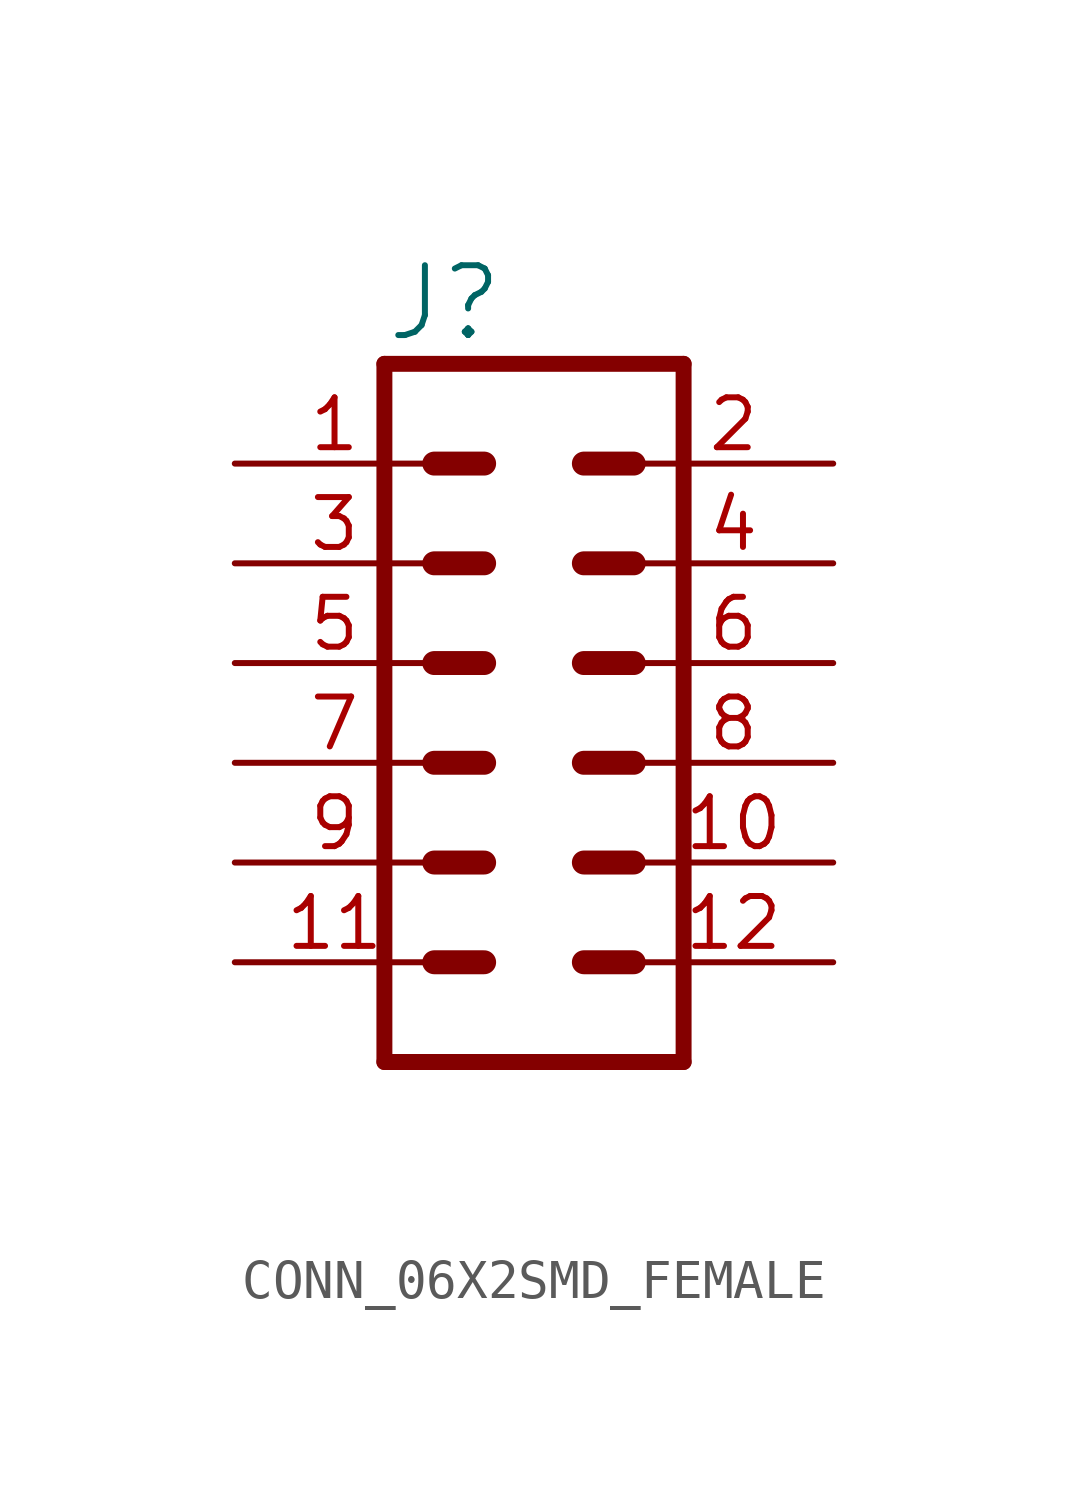
<source format=kicad_sym>
(kicad_symbol_lib
  (version 20231120)
  (generator "kicad_symbol_editor")
  (generator_version "8.0")
  (symbol "CONN_06X2SMD_FEMALE"
    (property "Reference" "J"
      (at -1.27 15.748 0)
      (effects (font (size 1.778 1.778)) (justify left bottom)))
    (property "Value" ""
      (at -1.27 -4.826 0)
      (effects (font (size 1.778 1.778)) (justify left bottom)))
    (property "ki_locked" ""
      (at 0 0 0)
      (effects (font (size 1.27 1.27))))
    (symbol "CONN_06X2SMD_FEMALE_1_0"
      (polyline (pts (xy -1.27 15.24) (xy -1.27 -2.54)) (stroke (width 0.406) (type solid)) (fill (type none)))
      (polyline (pts (xy -1.27 15.24) (xy 6.35 15.24)) (stroke (width 0.406) (type solid)) (fill (type none)))
      (polyline (pts (xy 1.27 0) (xy 0 0)) (stroke (width 0.61) (type solid)) (fill (type none)))
      (polyline (pts (xy 1.27 2.54) (xy 0 2.54)) (stroke (width 0.61) (type solid)) (fill (type none)))
      (polyline (pts (xy 1.27 5.08) (xy 0 5.08)) (stroke (width 0.61) (type solid)) (fill (type none)))
      (polyline (pts (xy 1.27 7.62) (xy 0 7.62)) (stroke (width 0.61) (type solid)) (fill (type none)))
      (polyline (pts (xy 1.27 10.16) (xy 0 10.16)) (stroke (width 0.61) (type solid)) (fill (type none)))
      (polyline (pts (xy 1.27 12.7) (xy 0 12.7)) (stroke (width 0.61) (type solid)) (fill (type none)))
      (polyline (pts (xy 3.81 0) (xy 5.08 0)) (stroke (width 0.61) (type solid)) (fill (type none)))
      (polyline (pts (xy 3.81 2.54) (xy 5.08 2.54)) (stroke (width 0.61) (type solid)) (fill (type none)))
      (polyline (pts (xy 3.81 5.08) (xy 5.08 5.08)) (stroke (width 0.61) (type solid)) (fill (type none)))
      (polyline (pts (xy 3.81 7.62) (xy 5.08 7.62)) (stroke (width 0.61) (type solid)) (fill (type none)))
      (polyline (pts (xy 3.81 10.16) (xy 5.08 10.16)) (stroke (width 0.61) (type solid)) (fill (type none)))
      (polyline (pts (xy 3.81 12.7) (xy 5.08 12.7)) (stroke (width 0.61) (type solid)) (fill (type none)))
      (polyline (pts (xy 6.35 -2.54) (xy -1.27 -2.54)) (stroke (width 0.406) (type solid)) (fill (type none)))
      (polyline (pts (xy 6.35 -2.54) (xy 6.35 15.24)) (stroke (width 0.406) (type solid)) (fill (type none)))
      (pin passive line (at -5.08 12.7 0) (length 5.08) (name "1" (effects (font (size 0 0)))) (number "1" (effects (font (size 1.27 1.27)))))
      (pin passive line (at 10.16 2.54 180) (length 5.08) (name "10" (effects (font (size 0 0)))) (number "10" (effects (font (size 1.27 1.27)))))
      (pin passive line (at -5.08 0 0) (length 5.08) (name "11" (effects (font (size 0 0)))) (number "11" (effects (font (size 1.27 1.27)))))
      (pin passive line (at 10.16 0 180) (length 5.08) (name "12" (effects (font (size 0 0)))) (number "12" (effects (font (size 1.27 1.27)))))
      (pin passive line (at 10.16 12.7 180) (length 5.08) (name "2" (effects (font (size 0 0)))) (number "2" (effects (font (size 1.27 1.27)))))
      (pin passive line (at -5.08 10.16 0) (length 5.08) (name "3" (effects (font (size 0 0)))) (number "3" (effects (font (size 1.27 1.27)))))
      (pin passive line (at 10.16 10.16 180) (length 5.08) (name "4" (effects (font (size 0 0)))) (number "4" (effects (font (size 1.27 1.27)))))
      (pin passive line (at -5.08 7.62 0) (length 5.08) (name "5" (effects (font (size 0 0)))) (number "5" (effects (font (size 1.27 1.27)))))
      (pin passive line (at 10.16 7.62 180) (length 5.08) (name "6" (effects (font (size 0 0)))) (number "6" (effects (font (size 1.27 1.27)))))
      (pin passive line (at -5.08 5.08 0) (length 5.08) (name "7" (effects (font (size 0 0)))) (number "7" (effects (font (size 1.27 1.27)))))
      (pin passive line (at 10.16 5.08 180) (length 5.08) (name "8" (effects (font (size 0 0)))) (number "8" (effects (font (size 1.27 1.27)))))
      (pin passive line (at -5.08 2.54 0) (length 5.08) (name "9" (effects (font (size 0 0)))) (number "9" (effects (font (size 1.27 1.27))))))))
</source>
